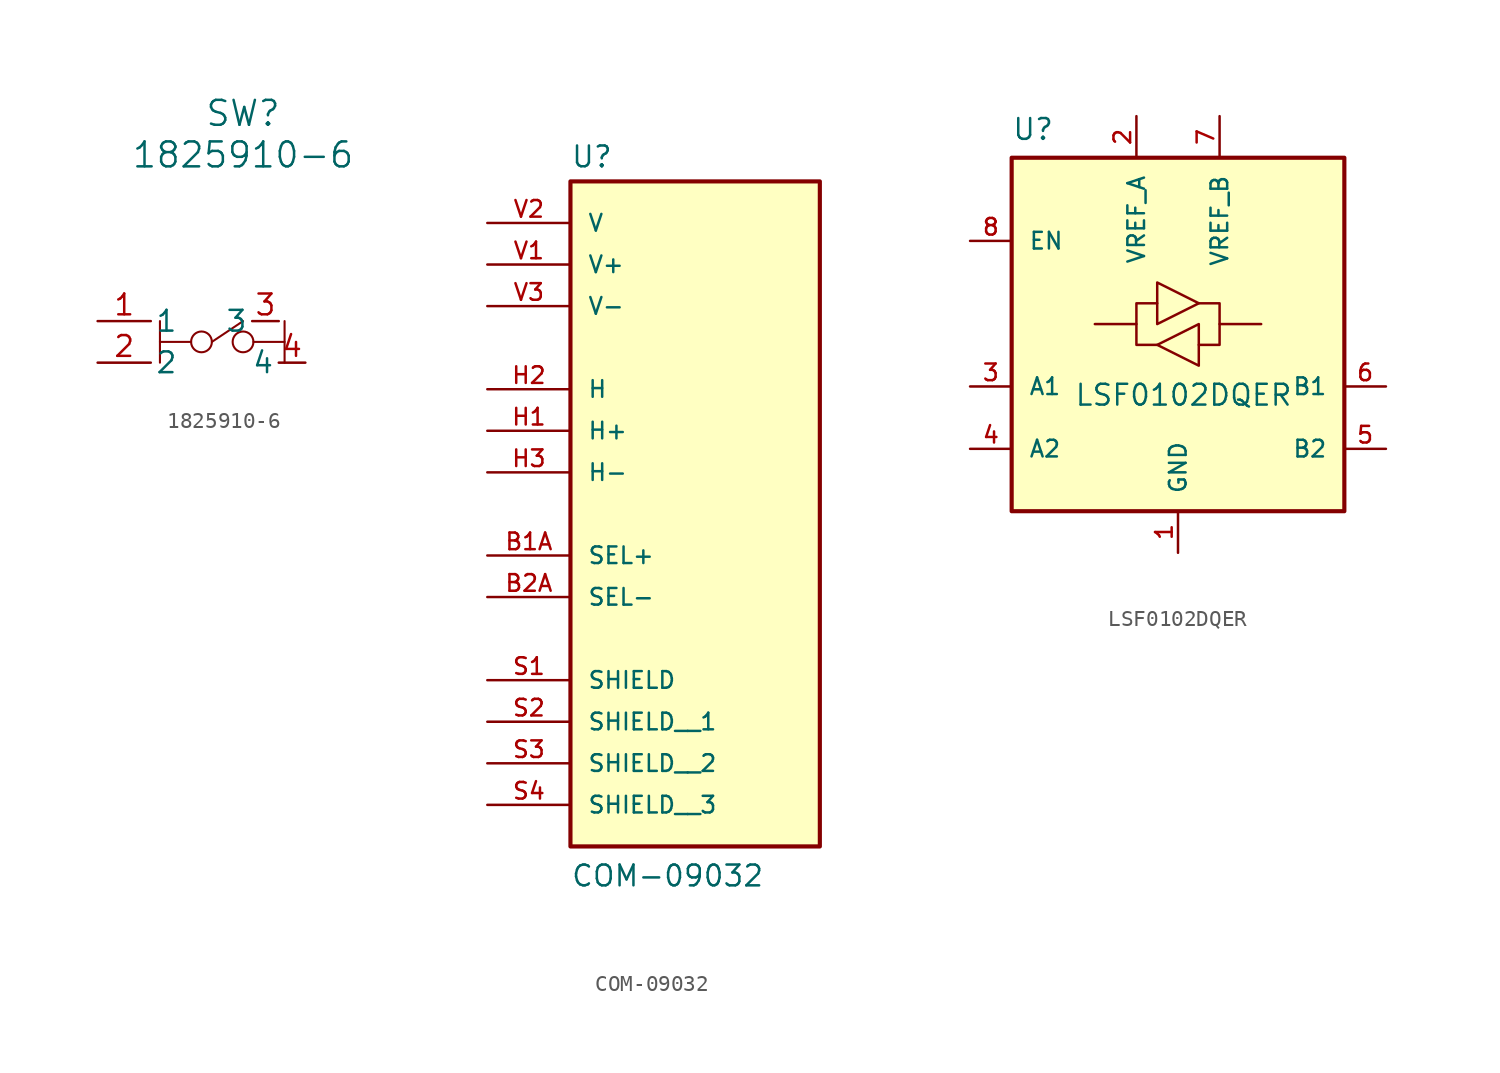
<source format=kicad_sym>
(kicad_symbol_lib
  (version 20220914)
  (generator kicad_symbol_editor)
  (symbol "1825910-6"
    (pin_names
      (offset 0.254))
    (property "Reference" "SW"
      (at 20.32 10.16 0)
      (effects (font (size 1.524 1.524))))
    (property "Value" "1825910-6"
      (at 20.32 7.62 0)
      (effects (font (size 1.524 1.524))))
    (symbol "1825910-6_0_1"
      (polyline (pts (xy 15.24 -3.81) (xy 17.145 -3.81)) (stroke (width 0.127) (type default)) (fill (type none)))
      (polyline (pts (xy 15.24 -2.54) (xy 15.24 -5.08)) (stroke (width 0.127) (type default)) (fill (type none)))
      (polyline (pts (xy 18.415 -3.81) (xy 20.32 -2.54)) (stroke (width 0.127) (type default)) (fill (type none)))
      (polyline (pts (xy 22.86 -3.81) (xy 20.955 -3.81)) (stroke (width 0.127) (type default)) (fill (type none)))
      (polyline (pts (xy 22.86 -2.54) (xy 22.86 -5.08)) (stroke (width 0.127) (type default)) (fill (type none)))
      (circle (center 17.78 -3.81) (radius 0.635) (stroke (width 0.127) (type default)) (fill (type none)))
      (circle (center 20.32 -3.81) (radius 0.635) (stroke (width 0.127) (type default)) (fill (type none))))
    (symbol "1825910-6_1_1"
      (pin unspecified line (at 11.43 -2.54 0) (length 3.251) (name "1" (effects (font (size 1.27 1.27)))) (number "1" (effects (font (size 1.27 1.27)))))
      (pin unspecified line (at 11.43 -5.08 0) (length 3.251) (name "2" (effects (font (size 1.27 1.27)))) (number "2" (effects (font (size 1.27 1.27)))))
      (pin unspecified line (at 22.504 -2.54 180) (length 1.626) (name "3" (effects (font (size 1.27 1.27)))) (number "3" (effects (font (size 1.27 1.27)))))
      (pin unspecified line (at 24.13 -5.08 180) (length 1.626) (name "4" (effects (font (size 1.27 1.27)))) (number "4" (effects (font (size 1.27 1.27)))))))
  (symbol "COM-09032"
    (pin_names
      (offset 1.016))
    (property "Reference" "U"
      (at -7.62 16.002 0)
      (effects (font (size 1.27 1.27)) (justify left bottom)))
    (property "Value" "COM-09032"
      (at -7.62 -27.94 0)
      (effects (font (size 1.27 1.27)) (justify left bottom)))
    (symbol "COM-09032_0_0"
      (rectangle (start -7.62 -25.4) (end 7.62 15.24) (stroke (width 0.254) (type default)) (fill (type background)))
      (pin passive line (at -12.7 -7.62 0) (length 5.08) (name "SEL+" (effects (font (size 1.016 1.016)))) (number "B1A" (effects (font (size 1.016 1.016)))))
      (pin passive line (at -12.7 -10.16 0) (length 5.08) (name "SEL-" (effects (font (size 1.016 1.016)))) (number "B2A" (effects (font (size 1.016 1.016)))))
      (pin passive line (at -12.7 0 0) (length 5.08) (name "H+" (effects (font (size 1.016 1.016)))) (number "H1" (effects (font (size 1.016 1.016)))))
      (pin passive line (at -12.7 2.54 0) (length 5.08) (name "H" (effects (font (size 1.016 1.016)))) (number "H2" (effects (font (size 1.016 1.016)))))
      (pin passive line (at -12.7 -2.54 0) (length 5.08) (name "H-" (effects (font (size 1.016 1.016)))) (number "H3" (effects (font (size 1.016 1.016)))))
      (pin passive line (at -12.7 -15.24 0) (length 5.08) (name "SHIELD" (effects (font (size 1.016 1.016)))) (number "S1" (effects (font (size 1.016 1.016)))))
      (pin passive line (at -12.7 -17.78 0) (length 5.08) (name "SHIELD__1" (effects (font (size 1.016 1.016)))) (number "S2" (effects (font (size 1.016 1.016)))))
      (pin passive line (at -12.7 -20.32 0) (length 5.08) (name "SHIELD__2" (effects (font (size 1.016 1.016)))) (number "S3" (effects (font (size 1.016 1.016)))))
      (pin passive line (at -12.7 -22.86 0) (length 5.08) (name "SHIELD__3" (effects (font (size 1.016 1.016)))) (number "S4" (effects (font (size 1.016 1.016)))))
      (pin passive line (at -12.7 10.16 0) (length 5.08) (name "V+" (effects (font (size 1.016 1.016)))) (number "V1" (effects (font (size 1.016 1.016)))))
      (pin passive line (at -12.7 12.7 0) (length 5.08) (name "V" (effects (font (size 1.016 1.016)))) (number "V2" (effects (font (size 1.016 1.016)))))
      (pin passive line (at -12.7 7.62 0) (length 5.08) (name "V-" (effects (font (size 1.016 1.016)))) (number "V3" (effects (font (size 1.016 1.016)))))))
  (symbol "LSF0102DQER"
    (pin_names
      (offset 1.016))
    (property "Reference" "U"
      (at -15.24 13.691 0)
      (effects (font (size 1.27 1.27)) (justify left bottom)))
    (property "Value" "LSF0102DQER"
      (at -11.43 -2.54 0)
      (effects (font (size 1.27 1.27)) (justify left bottom)))
    (symbol "LSF0102DQER_0_0"
      (rectangle (start -15.24 12.7) (end 5.08 -8.89) (stroke (width 0.254) (type solid)) (fill (type background))))
    (symbol "LSF0102DQER_0_1"
      (polyline (pts (xy -7.62 2.54) (xy -10.16 2.54)) (stroke (width 0) (type default)) (fill (type none)))
      (polyline (pts (xy -2.54 2.54) (xy 0 2.54)) (stroke (width 0) (type default)) (fill (type none)))
      (polyline (pts (xy -6.35 3.81) (xy -7.62 3.81) (xy -7.62 1.27) (xy -6.35 1.27)) (stroke (width 0) (type default)) (fill (type none)))
      (polyline (pts (xy -6.35 5.08) (xy -6.35 2.54) (xy -3.81 3.81) (xy -6.35 5.08)) (stroke (width 0) (type default)) (fill (type none)))
      (polyline (pts (xy -3.81 2.54) (xy -6.35 1.27) (xy -3.81 0) (xy -3.81 2.54)) (stroke (width 0) (type default)) (fill (type none)))
      (polyline (pts (xy -3.81 3.81) (xy -2.54 3.81) (xy -2.54 1.27) (xy -3.81 1.27)) (stroke (width 0) (type default)) (fill (type none))))
    (symbol "LSF0102DQER_1_0"
      (pin power_in line (at -5.08 -11.43 90) (length 2.54) (name "GND" (effects (font (size 1.016 1.016)))) (number "1" (effects (font (size 1.016 1.016)))))
      (pin input line (at -7.62 15.24 270) (length 2.54) (name "VREF_A" (effects (font (size 1.016 1.016)))) (number "2" (effects (font (size 1.016 1.016)))))
      (pin bidirectional line (at -17.78 -1.27 0) (length 2.54) (name "A1" (effects (font (size 1.016 1.016)))) (number "3" (effects (font (size 1.016 1.016)))))
      (pin bidirectional line (at -17.78 -5.08 0) (length 2.54) (name "A2" (effects (font (size 1.016 1.016)))) (number "4" (effects (font (size 1.016 1.016)))))
      (pin bidirectional line (at 7.62 -5.08 180) (length 2.54) (name "B2" (effects (font (size 1.016 1.016)))) (number "5" (effects (font (size 1.016 1.016)))))
      (pin bidirectional line (at 7.62 -1.27 180) (length 2.54) (name "B1" (effects (font (size 1.016 1.016)))) (number "6" (effects (font (size 1.016 1.016)))))
      (pin input line (at -2.54 15.24 270) (length 2.54) (name "VREF_B" (effects (font (size 1.016 1.016)))) (number "7" (effects (font (size 1.016 1.016)))))
      (pin input line (at -17.78 7.62 0) (length 2.54) (name "EN" (effects (font (size 1.016 1.016)))) (number "8" (effects (font (size 1.016 1.016))))))))
</source>
